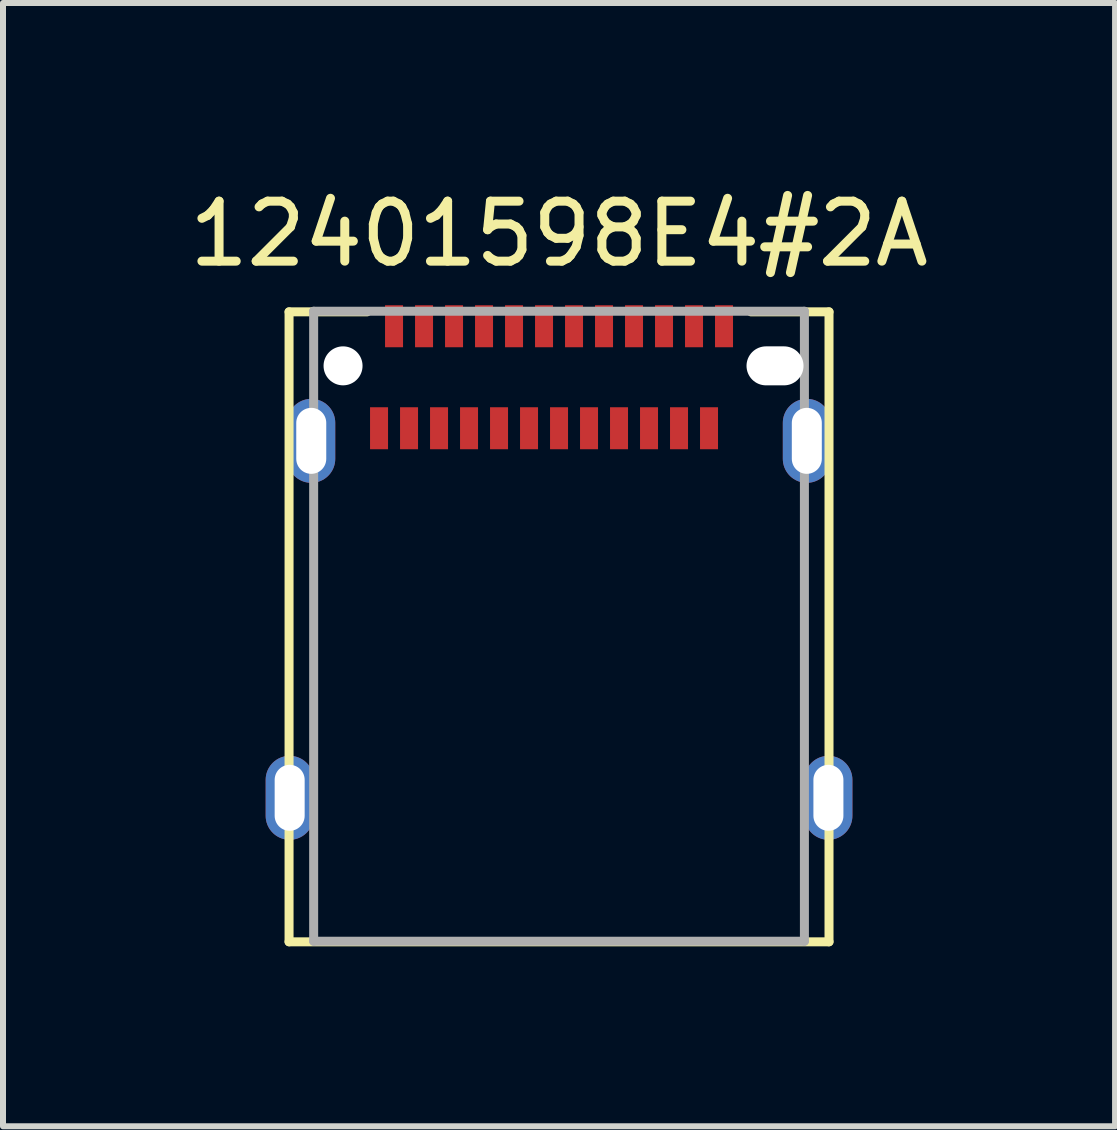
<source format=kicad_pcb>
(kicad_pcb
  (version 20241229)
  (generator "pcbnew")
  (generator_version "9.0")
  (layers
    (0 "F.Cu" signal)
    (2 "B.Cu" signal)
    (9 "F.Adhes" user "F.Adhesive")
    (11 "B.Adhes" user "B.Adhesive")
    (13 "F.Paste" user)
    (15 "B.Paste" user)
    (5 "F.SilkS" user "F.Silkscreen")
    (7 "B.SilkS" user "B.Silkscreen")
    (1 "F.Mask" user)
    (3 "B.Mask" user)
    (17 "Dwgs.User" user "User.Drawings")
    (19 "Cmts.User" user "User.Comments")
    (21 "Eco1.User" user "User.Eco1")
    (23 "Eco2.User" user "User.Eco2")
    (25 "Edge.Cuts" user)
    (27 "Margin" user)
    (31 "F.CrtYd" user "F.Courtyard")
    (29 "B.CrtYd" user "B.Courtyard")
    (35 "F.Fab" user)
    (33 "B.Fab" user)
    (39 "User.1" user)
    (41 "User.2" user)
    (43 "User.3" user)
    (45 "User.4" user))
  (footprint "12401598E4#2A"
    (layer "F.Cu")
    (at 6.268 3.048)
    (property "Reference" "12401598E4#2A" (at 0 -2.2 0) (layer "F.SilkS") (effects (font (size 1 1) (thickness 0.15))))
    (attr smd)
    (fp_line (start -4.5 -0.9) (end -4.5 9.6) (stroke (width 0.15) (type solid)) (layer "F.SilkS"))
    (fp_line (start -4.5 -0.9) (end -3.2 -0.9) (stroke (width 0.15) (type solid)) (layer "F.SilkS"))
    (fp_line (start -4.5 9.6) (end 4.5 9.6) (stroke (width 0.15) (type solid)) (layer "F.SilkS"))
    (fp_line (start 4.5 -0.9) (end 3.2 -0.9) (stroke (width 0.15) (type solid)) (layer "F.SilkS"))
    (fp_line (start 4.5 9.6) (end 4.5 -0.9) (stroke (width 0.15) (type solid)) (layer "F.SilkS"))
    (fp_line (start -4.09 -0.91) (end 4.09 -0.91) (stroke (width 0.15) (type solid)) (layer "F.Fab"))
    (fp_line (start -4.09 9.59) (end -4.09 -0.91) (stroke (width 0.15) (type solid)) (layer "F.Fab"))
    (fp_line (start -4.09 9.59) (end 4.09 9.59) (stroke (width 0.15) (type solid)) (layer "F.Fab"))
    (fp_line (start 4.09 9.59) (end 4.09 -0.91) (stroke (width 0.15) (type solid)) (layer "F.Fab"))
    (pad "" np_thru_hole circle (at -3.6 0) (size 0.65 0.65) (drill 0.65) (layers "*.Cu" "*.Mask"))
    (pad "" np_thru_hole oval (at 3.6 0) (size 0.95 0.65) (drill oval 0.95 0.65) (layers "*.Cu" "*.Mask"))
    (pad "A1" smd rect (at -2.75 -0.66) (size 0.3 0.7) (layers "F.Cu" "F.Mask" "F.Paste"))
    (pad "A2" smd rect (at -2.25 -0.66) (size 0.3 0.7) (layers "F.Cu" "F.Mask" "F.Paste"))
    (pad "A3" smd rect (at -1.75 -0.66) (size 0.3 0.7) (layers "F.Cu" "F.Mask" "F.Paste"))
    (pad "A4" smd rect (at -1.25 -0.66) (size 0.3 0.7) (layers "F.Cu" "F.Mask" "F.Paste"))
    (pad "A5" smd rect (at -0.75 -0.66) (size 0.3 0.7) (layers "F.Cu" "F.Mask" "F.Paste"))
    (pad "A6" smd rect (at -0.25 -0.66) (size 0.3 0.7) (layers "F.Cu" "F.Mask" "F.Paste"))
    (pad "A7" smd rect (at 0.25 -0.66) (size 0.3 0.7) (layers "F.Cu" "F.Mask" "F.Paste"))
    (pad "A8" smd rect (at 0.75 -0.66) (size 0.3 0.7) (layers "F.Cu" "F.Mask" "F.Paste"))
    (pad "A9" smd rect (at 1.25 -0.66) (size 0.3 0.7) (layers "F.Cu" "F.Mask" "F.Paste"))
    (pad "A10" smd rect (at 1.75 -0.66) (size 0.3 0.7) (layers "F.Cu" "F.Mask" "F.Paste"))
    (pad "A11" smd rect (at 2.25 -0.66) (size 0.3 0.7) (layers "F.Cu" "F.Mask" "F.Paste"))
    (pad "A12" smd rect (at 2.75 -0.66) (size 0.3 0.7) (layers "F.Cu" "F.Mask" "F.Paste"))
    (pad "B1" smd rect (at 2.5 1.04) (size 0.3 0.7) (layers "F.Cu" "F.Mask" "F.Paste"))
    (pad "B2" smd rect (at 2 1.04) (size 0.3 0.7) (layers "F.Cu" "F.Mask" "F.Paste"))
    (pad "B3" smd rect (at 1.5 1.04) (size 0.3 0.7) (layers "F.Cu" "F.Mask" "F.Paste"))
    (pad "B4" smd rect (at 1 1.04) (size 0.3 0.7) (layers "F.Cu" "F.Mask" "F.Paste"))
    (pad "B5" smd rect (at 0.5 1.04) (size 0.3 0.7) (layers "F.Cu" "F.Mask" "F.Paste"))
    (pad "B6" smd rect (at 0 1.04) (size 0.3 0.7) (layers "F.Cu" "F.Mask" "F.Paste"))
    (pad "B7" smd rect (at -0.5 1.04) (size 0.3 0.7) (layers "F.Cu" "F.Mask" "F.Paste"))
    (pad "B8" smd rect (at -1 1.04) (size 0.3 0.7) (layers "F.Cu" "F.Mask" "F.Paste"))
    (pad "B9" smd rect (at -1.5 1.04) (size 0.3 0.7) (layers "F.Cu" "F.Mask" "F.Paste"))
    (pad "B10" smd rect (at -2 1.04) (size 0.3 0.7) (layers "F.Cu" "F.Mask" "F.Paste"))
    (pad "B11" smd rect (at -2.5 1.04) (size 0.3 0.7) (layers "F.Cu" "F.Mask" "F.Paste"))
    (pad "B12" smd rect (at -3 1.04) (size 0.3 0.7) (layers "F.Cu" "F.Mask" "F.Paste"))
    (pad "S1" thru_hole oval (at -4.13 1.25) (size 0.8 1.4) (drill oval 0.5 1.1) (layers "*.Cu" "B.Mask"))
    (pad "S2" thru_hole oval (at 4.13 1.25) (size 0.8 1.4) (drill oval 0.5 1.1) (layers "*.Cu" "B.Mask"))
    (pad "S3" thru_hole oval (at -4.49 7.2) (size 0.8 1.4) (drill oval 0.5 1.1) (layers "*.Cu" "B.Mask"))
    (pad "S4" thru_hole oval (at 4.49 7.2) (size 0.8 1.4) (drill oval 0.5 1.1) (layers "*.Cu" "B.Mask")))
  (gr_rect
    (start -3 -3)
    (end 15.536 15.723)
    (stroke (width 0.1) (type default))
    (fill no)
    (layer "Edge.Cuts")))
</source>
